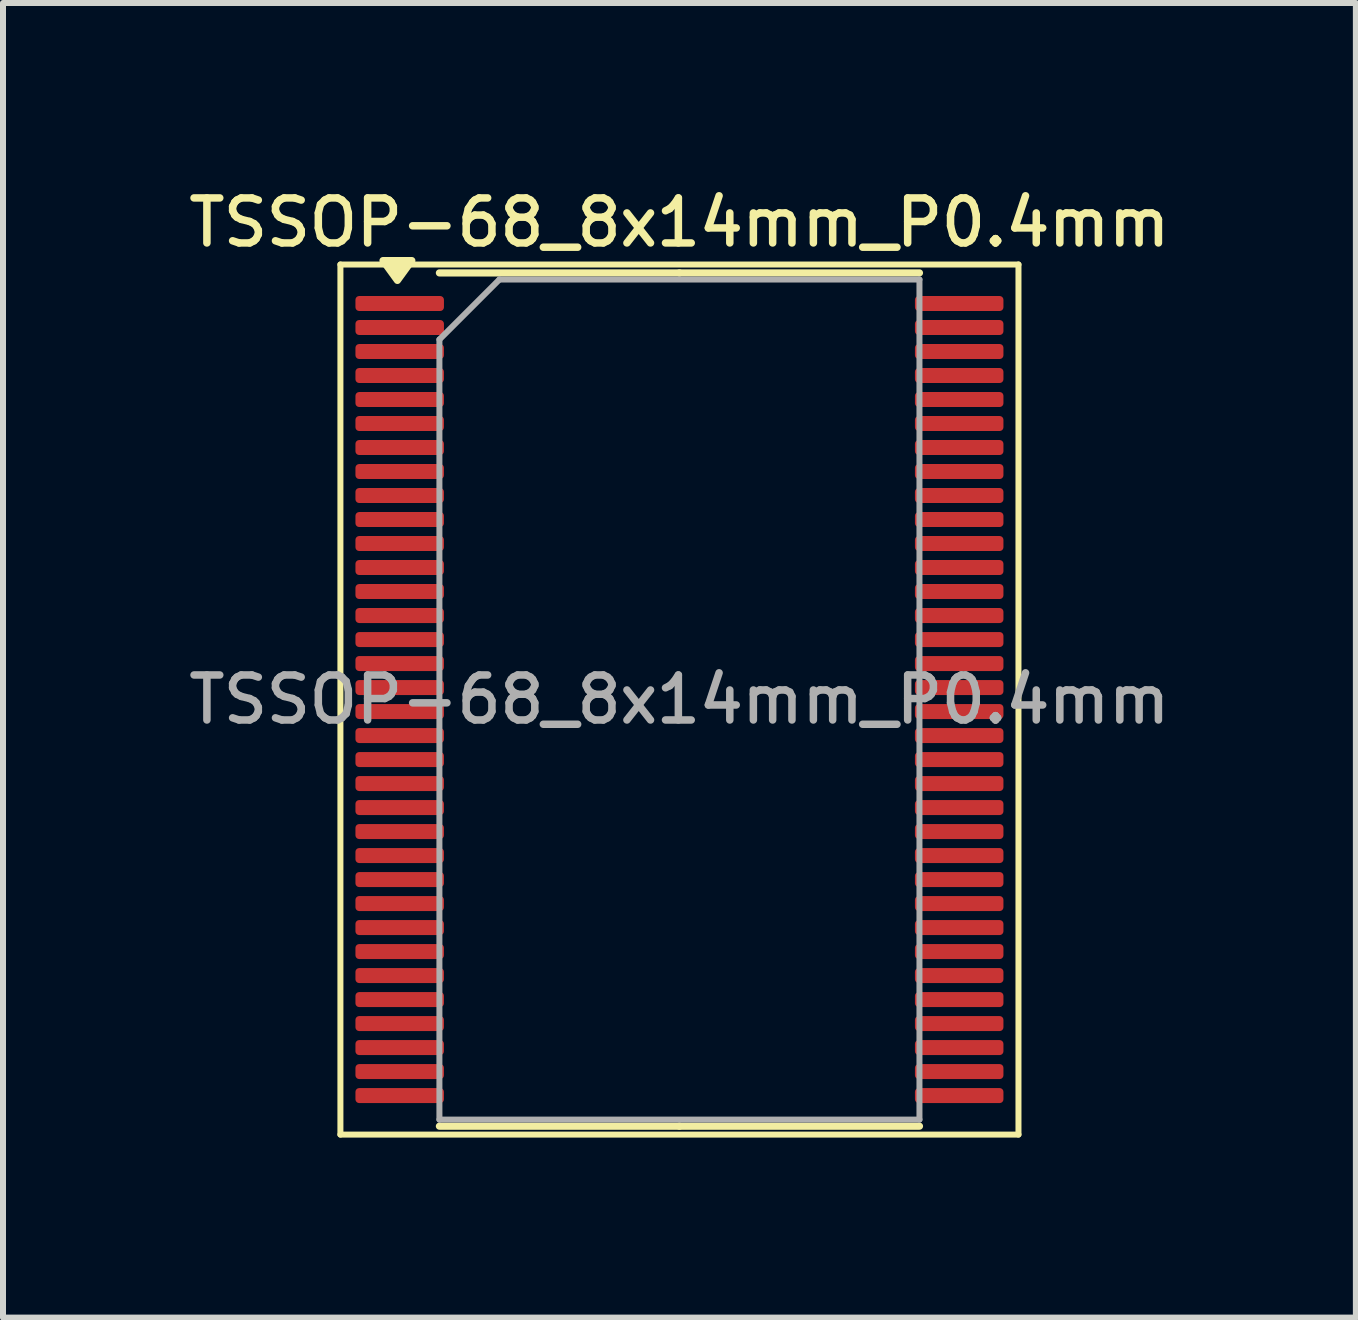
<source format=kicad_pcb>
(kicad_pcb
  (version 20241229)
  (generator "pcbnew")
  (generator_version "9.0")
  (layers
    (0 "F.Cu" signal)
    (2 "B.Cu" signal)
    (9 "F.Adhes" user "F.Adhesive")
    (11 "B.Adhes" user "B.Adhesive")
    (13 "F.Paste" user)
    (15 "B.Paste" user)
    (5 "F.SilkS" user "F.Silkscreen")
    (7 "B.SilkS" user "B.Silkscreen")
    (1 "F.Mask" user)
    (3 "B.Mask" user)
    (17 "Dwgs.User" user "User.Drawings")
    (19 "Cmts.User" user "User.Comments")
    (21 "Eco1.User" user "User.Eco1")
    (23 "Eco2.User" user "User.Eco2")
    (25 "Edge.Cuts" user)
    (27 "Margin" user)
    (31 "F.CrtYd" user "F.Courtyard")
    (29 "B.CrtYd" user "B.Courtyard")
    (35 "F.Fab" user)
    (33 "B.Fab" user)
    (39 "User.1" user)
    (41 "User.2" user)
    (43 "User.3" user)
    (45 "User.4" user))
  (footprint "TSSOP-68_8x14mm_P0.4mm"
    (layer "F.Cu")
    (at 8.273 8.608)
    (property "Reference" "TSSOP-68_8x14mm_P0.4mm" (at 0 -7.95 0) (layer "F.SilkS") (effects (font (size 0.75 0.75) (thickness 0.125))))
    (attr smd)
    (fp_line (start -5.65 -7.25) (end -5.65 7.25) (stroke (width 0.1) (type solid)) (layer "F.SilkS"))
    (fp_line (start -5.65 7.25) (end 5.65 7.25) (stroke (width 0.1) (type solid)) (layer "F.SilkS"))
    (fp_line (start 0 -7.11) (end -4 -7.11) (stroke (width 0.12) (type solid)) (layer "F.SilkS"))
    (fp_line (start 0 -7.11) (end 4 -7.11) (stroke (width 0.12) (type solid)) (layer "F.SilkS"))
    (fp_line (start 0 7.11) (end -4 7.11) (stroke (width 0.12) (type solid)) (layer "F.SilkS"))
    (fp_line (start 0 7.11) (end 4 7.11) (stroke (width 0.12) (type solid)) (layer "F.SilkS"))
    (fp_line (start 5.65 -7.25) (end -5.65 -7.25) (stroke (width 0.1) (type solid)) (layer "F.SilkS"))
    (fp_line (start 5.65 7.25) (end 5.65 -7.25) (stroke (width 0.1) (type solid)) (layer "F.SilkS"))
    (fp_poly (pts (xy -4.7 -6.985) (xy -4.94 -7.315) (xy -4.46 -7.315) (xy -4.7 -6.985)) (stroke (width 0.12) (type solid)) (fill yes) (layer "F.SilkS"))
    (fp_line (start -4 -6) (end -3 -7) (stroke (width 0.1) (type solid)) (layer "F.Fab"))
    (fp_line (start -4 7) (end -4 -6) (stroke (width 0.1) (type solid)) (layer "F.Fab"))
    (fp_line (start -3 -7) (end 4 -7) (stroke (width 0.1) (type solid)) (layer "F.Fab"))
    (fp_line (start 4 -7) (end 4 7) (stroke (width 0.1) (type solid)) (layer "F.Fab"))
    (fp_line (start 4 7) (end -4 7) (stroke (width 0.1) (type solid)) (layer "F.Fab"))
    (fp_text user "${REFERENCE}" (at 0 0 0) (layer "F.Fab") (effects (font (size 0.75 0.75) (thickness 0.125))))
    (pad "1" smd roundrect (at -4.662 -6.6) (size 1.475 0.25) (layers "F.Cu" "F.Mask" "F.Paste") (roundrect_rratio 0.25))
    (pad "2" smd roundrect (at -4.662 -6.2) (size 1.475 0.25) (layers "F.Cu" "F.Mask" "F.Paste") (roundrect_rratio 0.25))
    (pad "3" smd roundrect (at -4.662 -5.8) (size 1.475 0.25) (layers "F.Cu" "F.Mask" "F.Paste") (roundrect_rratio 0.25))
    (pad "4" smd roundrect (at -4.662 -5.4) (size 1.475 0.25) (layers "F.Cu" "F.Mask" "F.Paste") (roundrect_rratio 0.25))
    (pad "5" smd roundrect (at -4.662 -5) (size 1.475 0.25) (layers "F.Cu" "F.Mask" "F.Paste") (roundrect_rratio 0.25))
    (pad "6" smd roundrect (at -4.662 -4.6) (size 1.475 0.25) (layers "F.Cu" "F.Mask" "F.Paste") (roundrect_rratio 0.25))
    (pad "7" smd roundrect (at -4.662 -4.2) (size 1.475 0.25) (layers "F.Cu" "F.Mask" "F.Paste") (roundrect_rratio 0.25))
    (pad "8" smd roundrect (at -4.662 -3.8) (size 1.475 0.25) (layers "F.Cu" "F.Mask" "F.Paste") (roundrect_rratio 0.25))
    (pad "9" smd roundrect (at -4.662 -3.4) (size 1.475 0.25) (layers "F.Cu" "F.Mask" "F.Paste") (roundrect_rratio 0.25))
    (pad "10" smd roundrect (at -4.662 -3) (size 1.475 0.25) (layers "F.Cu" "F.Mask" "F.Paste") (roundrect_rratio 0.25))
    (pad "11" smd roundrect (at -4.662 -2.6) (size 1.475 0.25) (layers "F.Cu" "F.Mask" "F.Paste") (roundrect_rratio 0.25))
    (pad "12" smd roundrect (at -4.662 -2.2) (size 1.475 0.25) (layers "F.Cu" "F.Mask" "F.Paste") (roundrect_rratio 0.25))
    (pad "13" smd roundrect (at -4.662 -1.8) (size 1.475 0.25) (layers "F.Cu" "F.Mask" "F.Paste") (roundrect_rratio 0.25))
    (pad "14" smd roundrect (at -4.662 -1.4) (size 1.475 0.25) (layers "F.Cu" "F.Mask" "F.Paste") (roundrect_rratio 0.25))
    (pad "15" smd roundrect (at -4.662 -1) (size 1.475 0.25) (layers "F.Cu" "F.Mask" "F.Paste") (roundrect_rratio 0.25))
    (pad "16" smd roundrect (at -4.662 -0.6) (size 1.475 0.25) (layers "F.Cu" "F.Mask" "F.Paste") (roundrect_rratio 0.25))
    (pad "17" smd roundrect (at -4.662 -0.2) (size 1.475 0.25) (layers "F.Cu" "F.Mask" "F.Paste") (roundrect_rratio 0.25))
    (pad "18" smd roundrect (at -4.662 0.2) (size 1.475 0.25) (layers "F.Cu" "F.Mask" "F.Paste") (roundrect_rratio 0.25))
    (pad "19" smd roundrect (at -4.662 0.6) (size 1.475 0.25) (layers "F.Cu" "F.Mask" "F.Paste") (roundrect_rratio 0.25))
    (pad "20" smd roundrect (at -4.662 1) (size 1.475 0.25) (layers "F.Cu" "F.Mask" "F.Paste") (roundrect_rratio 0.25))
    (pad "21" smd roundrect (at -4.662 1.4) (size 1.475 0.25) (layers "F.Cu" "F.Mask" "F.Paste") (roundrect_rratio 0.25))
    (pad "22" smd roundrect (at -4.662 1.8) (size 1.475 0.25) (layers "F.Cu" "F.Mask" "F.Paste") (roundrect_rratio 0.25))
    (pad "23" smd roundrect (at -4.662 2.2) (size 1.475 0.25) (layers "F.Cu" "F.Mask" "F.Paste") (roundrect_rratio 0.25))
    (pad "24" smd roundrect (at -4.662 2.6) (size 1.475 0.25) (layers "F.Cu" "F.Mask" "F.Paste") (roundrect_rratio 0.25))
    (pad "25" smd roundrect (at -4.662 3) (size 1.475 0.25) (layers "F.Cu" "F.Mask" "F.Paste") (roundrect_rratio 0.25))
    (pad "26" smd roundrect (at -4.662 3.4) (size 1.475 0.25) (layers "F.Cu" "F.Mask" "F.Paste") (roundrect_rratio 0.25))
    (pad "27" smd roundrect (at -4.662 3.8) (size 1.475 0.25) (layers "F.Cu" "F.Mask" "F.Paste") (roundrect_rratio 0.25))
    (pad "28" smd roundrect (at -4.662 4.2) (size 1.475 0.25) (layers "F.Cu" "F.Mask" "F.Paste") (roundrect_rratio 0.25))
    (pad "29" smd roundrect (at -4.662 4.6) (size 1.475 0.25) (layers "F.Cu" "F.Mask" "F.Paste") (roundrect_rratio 0.25))
    (pad "30" smd roundrect (at -4.662 5) (size 1.475 0.25) (layers "F.Cu" "F.Mask" "F.Paste") (roundrect_rratio 0.25))
    (pad "31" smd roundrect (at -4.662 5.4) (size 1.475 0.25) (layers "F.Cu" "F.Mask" "F.Paste") (roundrect_rratio 0.25))
    (pad "32" smd roundrect (at -4.662 5.8) (size 1.475 0.25) (layers "F.Cu" "F.Mask" "F.Paste") (roundrect_rratio 0.25))
    (pad "33" smd roundrect (at -4.662 6.2) (size 1.475 0.25) (layers "F.Cu" "F.Mask" "F.Paste") (roundrect_rratio 0.25))
    (pad "34" smd roundrect (at -4.662 6.6) (size 1.475 0.25) (layers "F.Cu" "F.Mask" "F.Paste") (roundrect_rratio 0.25))
    (pad "35" smd roundrect (at 4.662 6.6) (size 1.475 0.25) (layers "F.Cu" "F.Mask" "F.Paste") (roundrect_rratio 0.25))
    (pad "36" smd roundrect (at 4.662 6.2) (size 1.475 0.25) (layers "F.Cu" "F.Mask" "F.Paste") (roundrect_rratio 0.25))
    (pad "37" smd roundrect (at 4.662 5.8) (size 1.475 0.25) (layers "F.Cu" "F.Mask" "F.Paste") (roundrect_rratio 0.25))
    (pad "38" smd roundrect (at 4.662 5.4) (size 1.475 0.25) (layers "F.Cu" "F.Mask" "F.Paste") (roundrect_rratio 0.25))
    (pad "39" smd roundrect (at 4.662 5) (size 1.475 0.25) (layers "F.Cu" "F.Mask" "F.Paste") (roundrect_rratio 0.25))
    (pad "40" smd roundrect (at 4.662 4.6) (size 1.475 0.25) (layers "F.Cu" "F.Mask" "F.Paste") (roundrect_rratio 0.25))
    (pad "41" smd roundrect (at 4.662 4.2) (size 1.475 0.25) (layers "F.Cu" "F.Mask" "F.Paste") (roundrect_rratio 0.25))
    (pad "42" smd roundrect (at 4.662 3.8) (size 1.475 0.25) (layers "F.Cu" "F.Mask" "F.Paste") (roundrect_rratio 0.25))
    (pad "43" smd roundrect (at 4.662 3.4) (size 1.475 0.25) (layers "F.Cu" "F.Mask" "F.Paste") (roundrect_rratio 0.25))
    (pad "44" smd roundrect (at 4.662 3) (size 1.475 0.25) (layers "F.Cu" "F.Mask" "F.Paste") (roundrect_rratio 0.25))
    (pad "45" smd roundrect (at 4.662 2.6) (size 1.475 0.25) (layers "F.Cu" "F.Mask" "F.Paste") (roundrect_rratio 0.25))
    (pad "46" smd roundrect (at 4.662 2.2) (size 1.475 0.25) (layers "F.Cu" "F.Mask" "F.Paste") (roundrect_rratio 0.25))
    (pad "47" smd roundrect (at 4.662 1.8) (size 1.475 0.25) (layers "F.Cu" "F.Mask" "F.Paste") (roundrect_rratio 0.25))
    (pad "48" smd roundrect (at 4.662 1.4) (size 1.475 0.25) (layers "F.Cu" "F.Mask" "F.Paste") (roundrect_rratio 0.25))
    (pad "49" smd roundrect (at 4.662 1) (size 1.475 0.25) (layers "F.Cu" "F.Mask" "F.Paste") (roundrect_rratio 0.25))
    (pad "50" smd roundrect (at 4.662 0.6) (size 1.475 0.25) (layers "F.Cu" "F.Mask" "F.Paste") (roundrect_rratio 0.25))
    (pad "51" smd roundrect (at 4.662 0.2) (size 1.475 0.25) (layers "F.Cu" "F.Mask" "F.Paste") (roundrect_rratio 0.25))
    (pad "52" smd roundrect (at 4.662 -0.2) (size 1.475 0.25) (layers "F.Cu" "F.Mask" "F.Paste") (roundrect_rratio 0.25))
    (pad "53" smd roundrect (at 4.662 -0.6) (size 1.475 0.25) (layers "F.Cu" "F.Mask" "F.Paste") (roundrect_rratio 0.25))
    (pad "54" smd roundrect (at 4.662 -1) (size 1.475 0.25) (layers "F.Cu" "F.Mask" "F.Paste") (roundrect_rratio 0.25))
    (pad "55" smd roundrect (at 4.662 -1.4) (size 1.475 0.25) (layers "F.Cu" "F.Mask" "F.Paste") (roundrect_rratio 0.25))
    (pad "56" smd roundrect (at 4.662 -1.8) (size 1.475 0.25) (layers "F.Cu" "F.Mask" "F.Paste") (roundrect_rratio 0.25))
    (pad "57" smd roundrect (at 4.662 -2.2) (size 1.475 0.25) (layers "F.Cu" "F.Mask" "F.Paste") (roundrect_rratio 0.25))
    (pad "58" smd roundrect (at 4.662 -2.6) (size 1.475 0.25) (layers "F.Cu" "F.Mask" "F.Paste") (roundrect_rratio 0.25))
    (pad "59" smd roundrect (at 4.662 -3) (size 1.475 0.25) (layers "F.Cu" "F.Mask" "F.Paste") (roundrect_rratio 0.25))
    (pad "60" smd roundrect (at 4.662 -3.4) (size 1.475 0.25) (layers "F.Cu" "F.Mask" "F.Paste") (roundrect_rratio 0.25))
    (pad "61" smd roundrect (at 4.662 -3.8) (size 1.475 0.25) (layers "F.Cu" "F.Mask" "F.Paste") (roundrect_rratio 0.25))
    (pad "62" smd roundrect (at 4.662 -4.2) (size 1.475 0.25) (layers "F.Cu" "F.Mask" "F.Paste") (roundrect_rratio 0.25))
    (pad "63" smd roundrect (at 4.662 -4.6) (size 1.475 0.25) (layers "F.Cu" "F.Mask" "F.Paste") (roundrect_rratio 0.25))
    (pad "64" smd roundrect (at 4.662 -5) (size 1.475 0.25) (layers "F.Cu" "F.Mask" "F.Paste") (roundrect_rratio 0.25))
    (pad "65" smd roundrect (at 4.662 -5.4) (size 1.475 0.25) (layers "F.Cu" "F.Mask" "F.Paste") (roundrect_rratio 0.25))
    (pad "66" smd roundrect (at 4.662 -5.8) (size 1.475 0.25) (layers "F.Cu" "F.Mask" "F.Paste") (roundrect_rratio 0.25))
    (pad "67" smd roundrect (at 4.662 -6.2) (size 1.475 0.25) (layers "F.Cu" "F.Mask" "F.Paste") (roundrect_rratio 0.25))
    (pad "68" smd roundrect (at 4.662 -6.6) (size 1.475 0.25) (layers "F.Cu" "F.Mask" "F.Paste") (roundrect_rratio 0.25)))
  (gr_rect
    (start -3 -3)
    (end 19.546 18.908)
    (stroke (width 0.1) (type default))
    (fill no)
    (layer "Edge.Cuts")))
</source>
